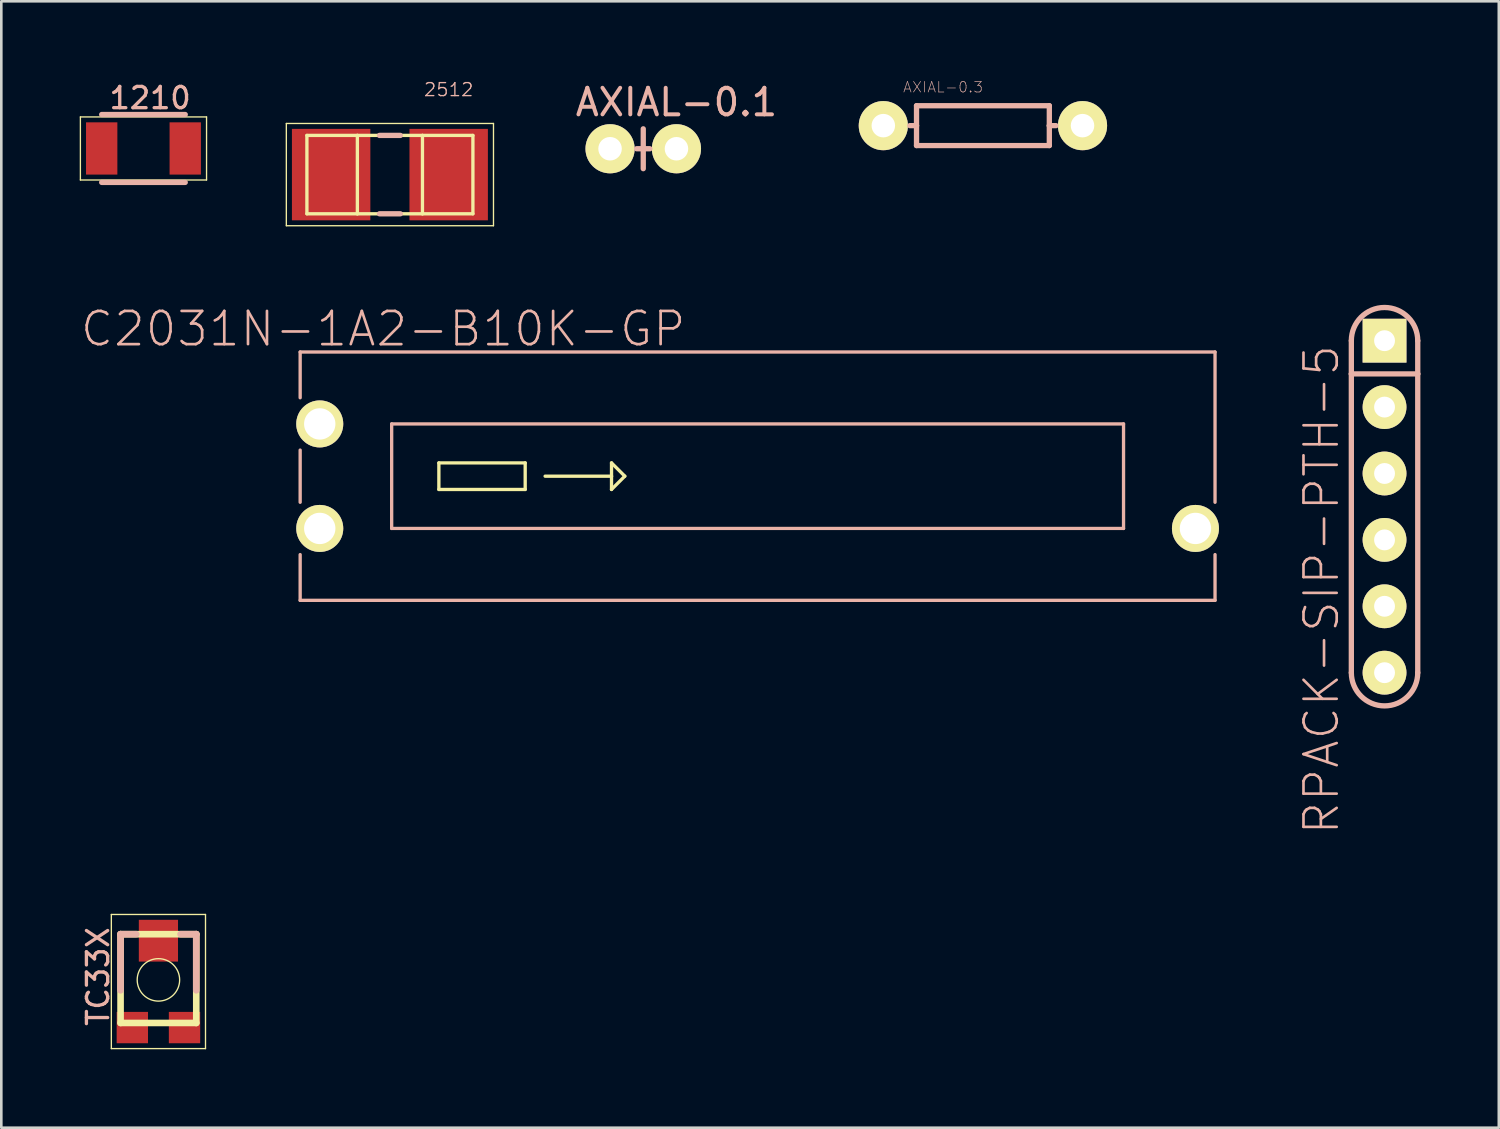
<source format=kicad_pcb>
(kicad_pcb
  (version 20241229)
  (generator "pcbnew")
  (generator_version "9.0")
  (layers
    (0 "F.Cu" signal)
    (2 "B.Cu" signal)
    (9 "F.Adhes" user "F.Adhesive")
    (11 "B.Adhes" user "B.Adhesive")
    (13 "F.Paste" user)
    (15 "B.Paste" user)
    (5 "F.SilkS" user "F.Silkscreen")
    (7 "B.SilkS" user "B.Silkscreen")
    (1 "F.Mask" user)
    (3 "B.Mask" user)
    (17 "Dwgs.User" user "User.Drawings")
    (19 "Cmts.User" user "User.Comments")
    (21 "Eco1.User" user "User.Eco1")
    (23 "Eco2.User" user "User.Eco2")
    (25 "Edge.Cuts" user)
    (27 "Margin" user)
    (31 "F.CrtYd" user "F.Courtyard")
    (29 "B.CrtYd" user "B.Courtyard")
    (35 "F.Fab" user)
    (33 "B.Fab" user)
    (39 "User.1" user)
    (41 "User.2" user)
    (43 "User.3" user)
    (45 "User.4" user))
  (footprint "C2031N-1A2-B10K-GP"
    (layer "F.Cu")
    (at 25.93 15.165)
    (property "Reference" "C2031N-1A2-B10K-GP" (at -14.323 -5.634 0) (layer "B.SilkS") (effects (font (size 1.27 1.27) (thickness 0.102))))
    (attr exclude_from_pos_files exclude_from_bom)
    (fp_line (start -12.192 -0.508) (end -8.89 -0.508) (stroke (width 0.127) (type solid)) (layer "F.SilkS"))
    (fp_line (start -12.192 0.508) (end -12.192 -0.508) (stroke (width 0.127) (type solid)) (layer "F.SilkS"))
    (fp_line (start -8.89 -0.508) (end -8.89 0.508) (stroke (width 0.127) (type solid)) (layer "F.SilkS"))
    (fp_line (start -8.89 0.508) (end -12.192 0.508) (stroke (width 0.127) (type solid)) (layer "F.SilkS"))
    (fp_line (start -8.128 0) (end -5.588 0) (stroke (width 0.127) (type solid)) (layer "F.SilkS"))
    (fp_line (start -5.588 -0.508) (end -5.588 0) (stroke (width 0.127) (type solid)) (layer "F.SilkS"))
    (fp_line (start -5.588 0) (end -5.588 0.508) (stroke (width 0.127) (type solid)) (layer "F.SilkS"))
    (fp_line (start -5.588 0.508) (end -5.08 0) (stroke (width 0.127) (type solid)) (layer "F.SilkS"))
    (fp_line (start -5.08 0) (end -5.588 -0.508) (stroke (width 0.127) (type solid)) (layer "F.SilkS"))
    (fp_line (start -17.498 -4.75) (end -17.498 -3) (stroke (width 0.127) (type solid)) (layer "B.SilkS"))
    (fp_line (start -17.498 -0.998) (end -17.498 0.998) (stroke (width 0.127) (type solid)) (layer "B.SilkS"))
    (fp_line (start -17.498 4.75) (end -17.498 3) (stroke (width 0.127) (type solid)) (layer "B.SilkS"))
    (fp_line (start -17.498 4.75) (end 17.498 4.75) (stroke (width 0.127) (type solid)) (layer "B.SilkS"))
    (fp_line (start -13.998 -1.999) (end -13.998 1.999) (stroke (width 0.127) (type solid)) (layer "B.SilkS"))
    (fp_line (start -13.998 1.999) (end 13.998 1.999) (stroke (width 0.127) (type solid)) (layer "B.SilkS"))
    (fp_line (start 13.998 -1.999) (end -13.998 -1.999) (stroke (width 0.127) (type solid)) (layer "B.SilkS"))
    (fp_line (start 13.998 1.999) (end 13.998 -1.999) (stroke (width 0.127) (type solid)) (layer "B.SilkS"))
    (fp_line (start 17.498 -4.75) (end -17.498 -4.75) (stroke (width 0.127) (type solid)) (layer "B.SilkS"))
    (fp_line (start 17.498 0.998) (end 17.498 -4.75) (stroke (width 0.127) (type solid)) (layer "B.SilkS"))
    (fp_line (start 17.498 4.75) (end 17.498 3) (stroke (width 0.127) (type solid)) (layer "B.SilkS"))
    (pad "1" thru_hole circle (at -16.749 -1.999) (size 1.798 1.798) (drill 1.199) (layers "*.Cu" "F.Mask" "F.SilkS" "F.Paste"))
    (pad "2" thru_hole circle (at -16.749 1.999) (size 1.798 1.798) (drill 1.199) (layers "*.Cu" "F.Mask" "F.SilkS" "F.Paste"))
    (pad "3" thru_hole circle (at 16.749 1.999) (size 1.798 1.798) (drill 1.199) (layers "*.Cu" "F.Mask" "F.SilkS" "F.Paste")))
  (footprint "AXIAL-0.1"
    (layer "F.Cu")
    (at 20.286 2.64)
    (property "Reference" "AXIAL-0.1" (at 2.54 -1.778 0) (layer "B.SilkS") (effects (font (size 1.016 1.016) (thickness 0.152))))
    (attr exclude_from_pos_files exclude_from_bom)
    (fp_line (start 1.27 0) (end 1.016 0) (stroke (width 0.203) (type solid)) (layer "B.SilkS"))
    (fp_line (start 1.27 0) (end 1.27 -0.762) (stroke (width 0.203) (type solid)) (layer "B.SilkS"))
    (fp_line (start 1.27 0.762) (end 1.27 0) (stroke (width 0.203) (type solid)) (layer "B.SilkS"))
    (fp_line (start 1.524 0) (end 1.27 0) (stroke (width 0.203) (type solid)) (layer "B.SilkS"))
    (pad "P$1" thru_hole circle (at 0 0) (size 1.88 1.88) (drill 0.899) (layers "*.Cu" "F.Mask" "F.SilkS" "F.Paste"))
    (pad "P$2" thru_hole circle (at 2.54 0) (size 1.88 1.88) (drill 0.899) (layers "*.Cu" "F.Mask" "F.SilkS" "F.Paste")))
  (footprint "2512"
    (layer "F.Cu")
    (at 11.865 3.629)
    (property "Reference" "2512" (at 2.248 -3.249 0) (layer "B.SilkS") (effects (font (size 0.498 0.498) (thickness 0.051))))
    (attr smd)
    (fp_line (start -3.962 -1.956) (end 3.962 -1.956) (stroke (width 0.051) (type solid)) (layer "F.SilkS"))
    (fp_line (start -3.962 1.956) (end -3.962 -1.956) (stroke (width 0.051) (type solid)) (layer "F.SilkS"))
    (fp_line (start -3.175 -1.499) (end -1.245 -1.499) (stroke (width 0.127) (type solid)) (layer "F.SilkS"))
    (fp_line (start -3.175 1.499) (end -3.175 -1.499) (stroke (width 0.127) (type solid)) (layer "F.SilkS"))
    (fp_line (start -1.245 -1.499) (end -1.245 1.499) (stroke (width 0.127) (type solid)) (layer "F.SilkS"))
    (fp_line (start -1.245 -1.499) (end 1.245 -1.499) (stroke (width 0.127) (type solid)) (layer "F.SilkS"))
    (fp_line (start -1.245 1.499) (end -3.175 1.499) (stroke (width 0.127) (type solid)) (layer "F.SilkS"))
    (fp_line (start 1.245 -1.499) (end 1.245 1.499) (stroke (width 0.127) (type solid)) (layer "F.SilkS"))
    (fp_line (start 1.245 -1.499) (end 3.175 -1.499) (stroke (width 0.127) (type solid)) (layer "F.SilkS"))
    (fp_line (start 1.245 1.499) (end -1.245 1.499) (stroke (width 0.127) (type solid)) (layer "F.SilkS"))
    (fp_line (start 3.175 -1.499) (end 3.175 1.499) (stroke (width 0.127) (type solid)) (layer "F.SilkS"))
    (fp_line (start 3.175 1.499) (end 1.245 1.499) (stroke (width 0.127) (type solid)) (layer "F.SilkS"))
    (fp_line (start 3.962 -1.956) (end 3.962 1.956) (stroke (width 0.051) (type solid)) (layer "F.SilkS"))
    (fp_line (start 3.962 1.956) (end -3.962 1.956) (stroke (width 0.051) (type solid)) (layer "F.SilkS"))
    (fp_line (start -0.399 -1.499) (end 0.399 -1.499) (stroke (width 0.203) (type solid)) (layer "B.SilkS"))
    (fp_line (start -0.399 1.499) (end 0.399 1.499) (stroke (width 0.203) (type solid)) (layer "B.SilkS"))
    (pad "1" smd rect (at -2.248 0 90) (size 3.498 3) (layers "F.Cu" "F.Mask" "F.Paste"))
    (pad "2" smd rect (at 2.248 0 90) (size 3.498 3) (layers "F.Cu" "F.Mask" "F.Paste")))
  (footprint "TC33X"
    (layer "F.Cu")
    (at 3.01 34.433)
    (property "Reference" "TC33X" (at -2.311 -0.127 90) (layer "B.SilkS") (effects (font (size 0.813 0.813) (thickness 0.127))))
    (attr smd)
    (fp_line (start -1.801 -2.502) (end 1.801 -2.502) (stroke (width 0.051) (type solid)) (layer "F.SilkS"))
    (fp_line (start -1.801 2.629) (end -1.801 -2.502) (stroke (width 0.051) (type solid)) (layer "F.SilkS"))
    (fp_line (start -1.448 -1.748) (end -1.448 1.648) (stroke (width 0.254) (type solid)) (layer "F.SilkS"))
    (fp_line (start -1.448 1.648) (end 1.448 1.648) (stroke (width 0.254) (type solid)) (layer "F.SilkS"))
    (fp_line (start 1.448 -1.748) (end -1.448 -1.748) (stroke (width 0.254) (type solid)) (layer "F.SilkS"))
    (fp_line (start 1.448 1.648) (end 1.448 -1.748) (stroke (width 0.254) (type solid)) (layer "F.SilkS"))
    (fp_line (start 1.801 -2.502) (end 1.801 2.629) (stroke (width 0.051) (type solid)) (layer "F.SilkS"))
    (fp_line (start 1.801 2.629) (end -1.801 2.629) (stroke (width 0.051) (type solid)) (layer "F.SilkS"))
    (fp_circle (center 0 0) (end -0.574 0.574) (stroke (width 0.051) (type solid)) (fill no) (layer "F.SilkS"))
    (fp_line (start -1.448 -1.748) (end -0.848 -1.748) (stroke (width 0.254) (type solid)) (layer "B.SilkS"))
    (fp_line (start -1.448 0.399) (end -1.448 -1.748) (stroke (width 0.254) (type solid)) (layer "B.SilkS"))
    (fp_line (start 1.448 -1.748) (end 0.848 -1.748) (stroke (width 0.254) (type solid)) (layer "B.SilkS"))
    (fp_line (start 1.448 0.399) (end 1.448 -1.748) (stroke (width 0.254) (type solid)) (layer "B.SilkS"))
    (pad "1" smd rect (at -0.998 1.824) (size 1.199 1.199) (layers "F.Cu" "F.Mask" "F.Paste"))
    (pad "2" smd rect (at 0 -1.499) (size 1.499 1.598) (layers "F.Cu" "F.Mask" "F.Paste"))
    (pad "3" smd rect (at 0.998 1.824) (size 1.199 1.199) (layers "F.Cu" "F.Mask" "F.Paste")))
  (footprint "1210"
    (layer "F.Cu")
    (at 2.438 2.629)
    (property "Reference" "1210" (at 0.254 -1.93 0) (layer "B.SilkS") (effects (font (size 0.813 0.813) (thickness 0.127))))
    (attr smd)
    (fp_line (start -2.413 -1.206) (end 2.413 -1.206) (stroke (width 0.051) (type solid)) (layer "F.SilkS"))
    (fp_line (start -2.413 1.206) (end -2.413 -1.206) (stroke (width 0.051) (type solid)) (layer "F.SilkS"))
    (fp_line (start 2.413 -1.206) (end 2.413 1.206) (stroke (width 0.051) (type solid)) (layer "F.SilkS"))
    (fp_line (start 2.413 1.206) (end -2.413 1.206) (stroke (width 0.051) (type solid)) (layer "F.SilkS"))
    (fp_line (start -1.598 -1.298) (end 1.598 -1.298) (stroke (width 0.203) (type solid)) (layer "B.SilkS"))
    (fp_line (start -1.598 1.298) (end 1.598 1.298) (stroke (width 0.203) (type solid)) (layer "B.SilkS"))
    (pad "1" smd rect (at -1.598 0) (size 1.199 1.999) (layers "F.Cu" "F.Mask" "F.Paste"))
    (pad "2" smd rect (at 1.598 0) (size 1.199 1.999) (layers "F.Cu" "F.Mask" "F.Paste")))
  (footprint "AXIAL-0.3"
    (layer "F.Cu")
    (at 34.549 1.756)
    (property "Reference" "AXIAL-0.3" (at -1.524 -1.473 0) (layer "B.SilkS") (effects (font (size 0.406 0.406) (thickness 0.025))))
    (attr exclude_from_pos_files exclude_from_bom)
    (fp_line (start -2.54 -0.762) (end 2.54 -0.762) (stroke (width 0.203) (type solid)) (layer "B.SilkS"))
    (fp_line (start -2.54 0) (end -2.794 0) (stroke (width 0.203) (type solid)) (layer "B.SilkS"))
    (fp_line (start -2.54 0) (end -2.54 -0.762) (stroke (width 0.203) (type solid)) (layer "B.SilkS"))
    (fp_line (start -2.54 0.762) (end -2.54 0) (stroke (width 0.203) (type solid)) (layer "B.SilkS"))
    (fp_line (start 2.54 -0.762) (end 2.54 0) (stroke (width 0.203) (type solid)) (layer "B.SilkS"))
    (fp_line (start 2.54 0) (end 2.54 0.762) (stroke (width 0.203) (type solid)) (layer "B.SilkS"))
    (fp_line (start 2.54 0) (end 2.794 0) (stroke (width 0.203) (type solid)) (layer "B.SilkS"))
    (fp_line (start 2.54 0.762) (end -2.54 0.762) (stroke (width 0.203) (type solid)) (layer "B.SilkS"))
    (pad "P$1" thru_hole circle (at -3.81 0) (size 1.88 1.88) (drill 0.899) (layers "*.Cu" "F.Mask" "F.SilkS" "F.Paste"))
    (pad "P$2" thru_hole circle (at 3.81 0) (size 1.88 1.88) (drill 0.899) (layers "*.Cu" "F.Mask" "F.SilkS" "F.Paste")))
  (footprint "RPACK-SIP-PTH-5"
    (layer "F.Cu")
    (at 49.912 9.982)
    (property "Reference" "RPACK-SIP-PTH-5" (at -2.413 9.525 90) (layer "B.SilkS") (effects (font (size 1.27 1.27) (thickness 0.102))))
    (attr exclude_from_pos_files exclude_from_bom)
    (fp_line (start -1.27 0) (end -1.27 1.27) (stroke (width 0.203) (type solid)) (layer "B.SilkS"))
    (fp_line (start -1.27 1.27) (end -1.27 12.7) (stroke (width 0.203) (type solid)) (layer "B.SilkS"))
    (fp_line (start -1.27 1.27) (end 1.27 1.27) (stroke (width 0.203) (type solid)) (layer "B.SilkS"))
    (fp_line (start 1.27 1.27) (end 1.27 0) (stroke (width 0.203) (type solid)) (layer "B.SilkS"))
    (fp_line (start 1.27 12.7) (end 1.27 1.27) (stroke (width 0.203) (type solid)) (layer "B.SilkS"))
    (fp_arc (start -1.27 0) (mid 0 -1.27) (end 1.27 0) (stroke (width 0.2032) (type solid)) (layer "B.SilkS"))
    (fp_arc (start 1.27 12.7) (mid 0 13.97) (end -1.27 12.7) (stroke (width 0.2032) (type solid)) (layer "B.SilkS"))
    (pad "P$1" thru_hole rect (at 0 0) (size 1.676 1.676) (drill 0.798) (layers "*.Cu" "F.Mask" "F.SilkS" "F.Paste"))
    (pad "P$2" thru_hole circle (at 0 2.54) (size 1.676 1.676) (drill 0.798) (layers "*.Cu" "F.Mask" "F.SilkS" "F.Paste"))
    (pad "P$3" thru_hole circle (at 0 5.08) (size 1.676 1.676) (drill 0.798) (layers "*.Cu" "F.Mask" "F.SilkS" "F.Paste"))
    (pad "P$4" thru_hole circle (at 0 7.62) (size 1.676 1.676) (drill 0.798) (layers "*.Cu" "F.Mask" "F.SilkS" "F.Paste"))
    (pad "P$5" thru_hole circle (at 0 10.16) (size 1.676 1.676) (drill 0.798) (layers "*.Cu" "F.Mask" "F.SilkS" "F.Paste"))
    (pad "P$6" thru_hole circle (at 0 12.7) (size 1.676 1.676) (drill 0.798) (layers "*.Cu" "F.Mask" "F.SilkS" "F.Paste")))
  (gr_rect
    (start -3 -3)
    (end 54.283 40.088)
    (stroke (width 0.1) (type default))
    (fill no)
    (layer "Edge.Cuts")))
</source>
